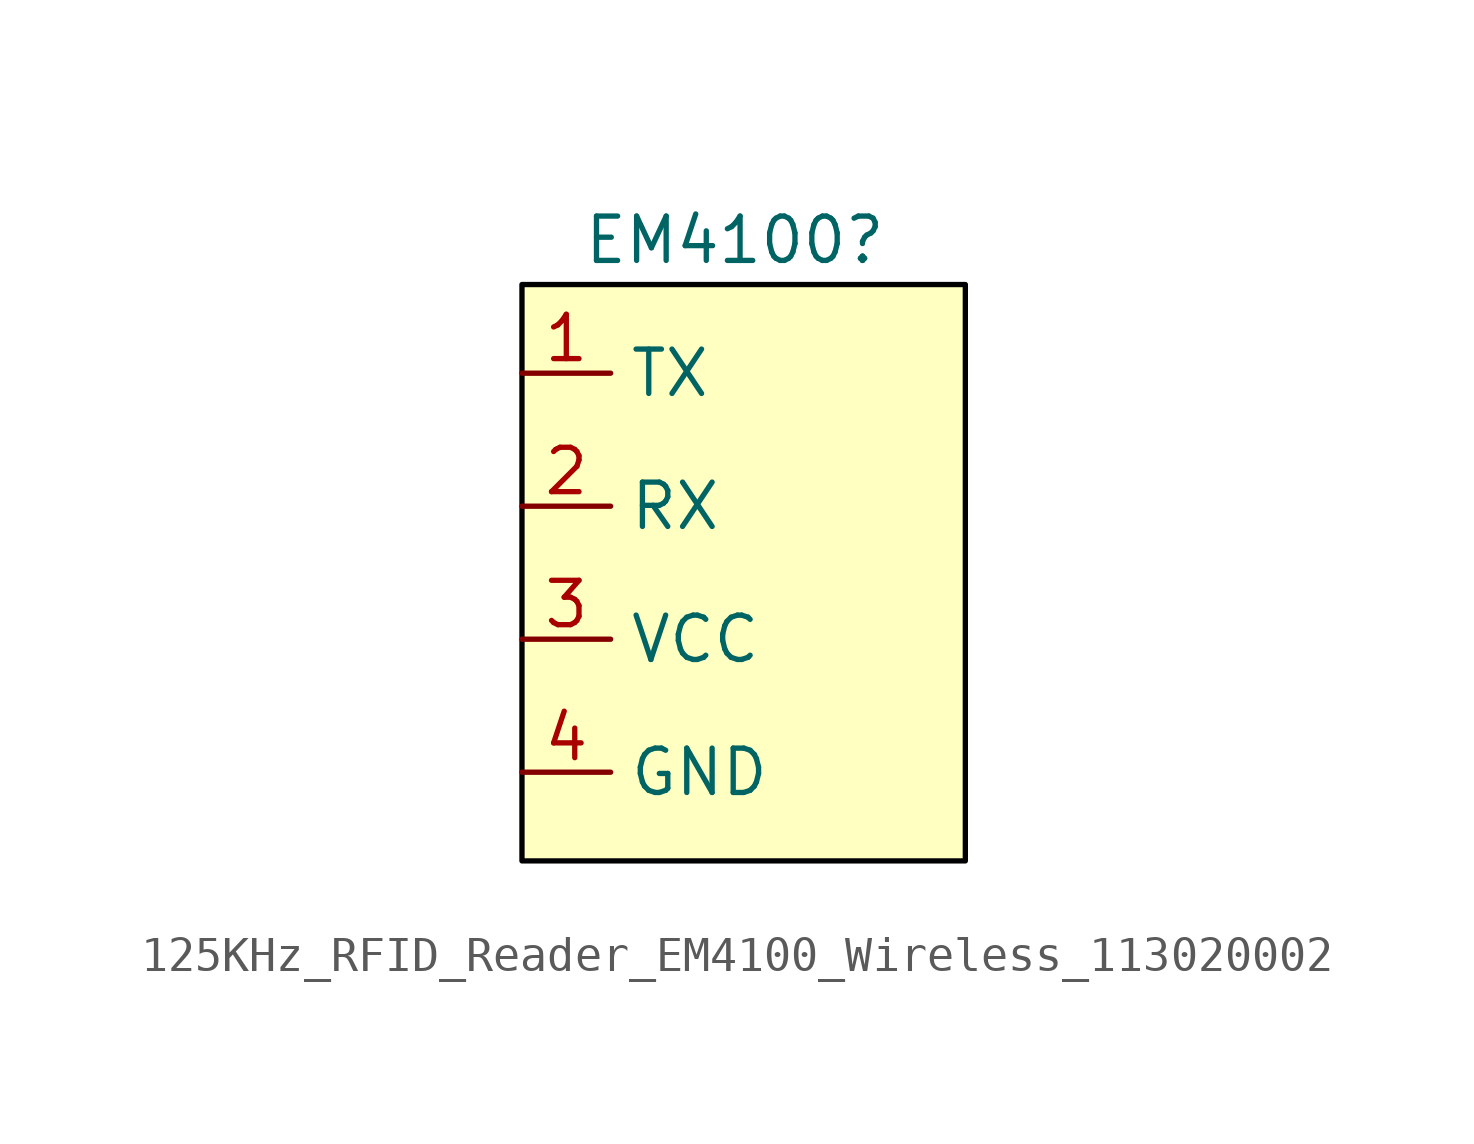
<source format=kicad_sym>
(kicad_symbol_lib
  (version 20231120)
  (generator "kicad_symbol_editor")
  (generator_version "8.0")
  (symbol "125KHz_RFID_Reader_EM4100_Wireless_113020002"
    (property "Reference" "EM4100"
      (at -0.254 8.89 0)
      (effects (font (size 1.27 1.27))))
    (property "Value" ""
      (at 4.572 8.636 0)
      (effects (font (size 1.27 1.27))))
    (symbol "125KHz_RFID_Reader_EM4100_Wireless_113020002_1_1"
      (rectangle (start -6.35 7.62) (end 6.35 -8.89) (stroke (width 0) (type default) (color 0 0 0 1)) (fill (type background)))
      (pin input line (at -6.35 5.08 0) (length 2.54) (name "TX" (effects (font (size 1.27 1.27)))) (number "1" (effects (font (size 1.27 1.27)))))
      (pin input line (at -6.35 1.27 0) (length 2.54) (name "RX" (effects (font (size 1.27 1.27)))) (number "2" (effects (font (size 1.27 1.27)))))
      (pin power_in line (at -6.35 -2.54 0) (length 2.54) (name "VCC" (effects (font (size 1.27 1.27)))) (number "3" (effects (font (size 1.27 1.27)))))
      (pin power_in line (at -6.35 -6.35 0) (length 2.54) (name "GND" (effects (font (size 1.27 1.27)))) (number "4" (effects (font (size 1.27 1.27))))))))
</source>
